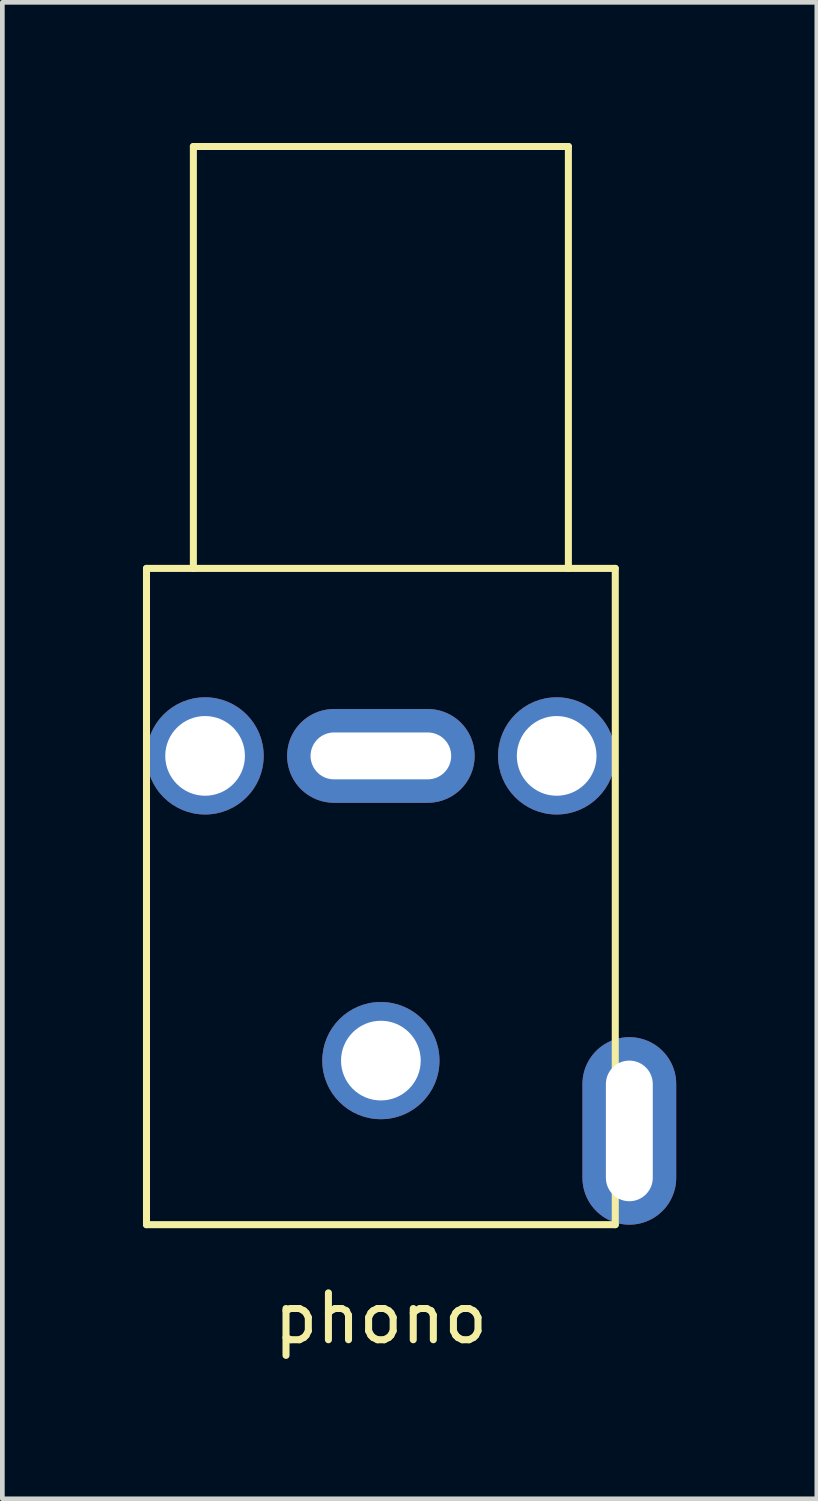
<source format=kicad_pcb>
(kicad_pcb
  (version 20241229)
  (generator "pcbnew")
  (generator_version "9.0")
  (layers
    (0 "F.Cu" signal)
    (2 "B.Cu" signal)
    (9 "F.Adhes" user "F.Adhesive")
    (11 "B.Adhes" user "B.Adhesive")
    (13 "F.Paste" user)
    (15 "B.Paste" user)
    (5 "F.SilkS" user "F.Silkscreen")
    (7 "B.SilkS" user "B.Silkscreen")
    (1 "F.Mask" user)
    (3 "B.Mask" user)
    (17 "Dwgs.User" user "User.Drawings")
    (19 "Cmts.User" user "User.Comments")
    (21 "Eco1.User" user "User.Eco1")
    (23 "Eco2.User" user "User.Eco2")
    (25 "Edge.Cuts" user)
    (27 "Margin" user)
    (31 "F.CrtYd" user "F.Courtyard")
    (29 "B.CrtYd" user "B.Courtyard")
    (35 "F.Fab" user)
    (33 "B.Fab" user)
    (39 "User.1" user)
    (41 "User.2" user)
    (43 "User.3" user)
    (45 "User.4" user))
  (footprint "phono"
    (layer "F.Cu")
    (at 5.075 13.075)
    (property "Reference" "phono" (at 0 12 0) (layer "F.SilkS") (effects (font (size 1 1) (thickness 0.15))))
    (attr through_hole)
    (fp_line (start -5 -4) (end 5 -4) (stroke (width 0.15) (type solid)) (layer "F.SilkS"))
    (fp_line (start -5 10) (end -5 -4) (stroke (width 0.15) (type solid)) (layer "F.SilkS"))
    (fp_line (start -4 -13) (end 4 -13) (stroke (width 0.15) (type solid)) (layer "F.SilkS"))
    (fp_line (start -4 -4) (end -4 -13) (stroke (width 0.15) (type solid)) (layer "F.SilkS"))
    (fp_line (start 4 -13) (end 4 -4) (stroke (width 0.15) (type solid)) (layer "F.SilkS"))
    (fp_line (start 5 -4) (end 5 10) (stroke (width 0.15) (type solid)) (layer "F.SilkS"))
    (fp_line (start 5 10) (end -5 10) (stroke (width 0.15) (type solid)) (layer "F.SilkS"))
    (pad "" thru_hole circle (at -3.75 0) (size 2.5 2.5) (drill 1.7) (layers "*.Cu" "*.Mask"))
    (pad "" thru_hole circle (at 0 6.5) (size 2.5 2.5) (drill 1.7) (layers "*.Cu" "*.Mask"))
    (pad "" thru_hole circle (at 3.75 0) (size 2.5 2.5) (drill 1.7) (layers "*.Cu" "*.Mask"))
    (pad "1" thru_hole oval (at 5.3 8) (size 2 4) (drill oval 1 3) (layers "*.Cu" "*.Mask"))
    (pad "2" thru_hole oval (at 0 0) (size 4 2) (drill oval 3 1) (layers "*.Cu" "*.Mask")))
  (gr_rect
    (start -3 -3)
    (end 14.375 28.923)
    (stroke (width 0.1) (type default))
    (fill no)
    (layer "Edge.Cuts")))
</source>
